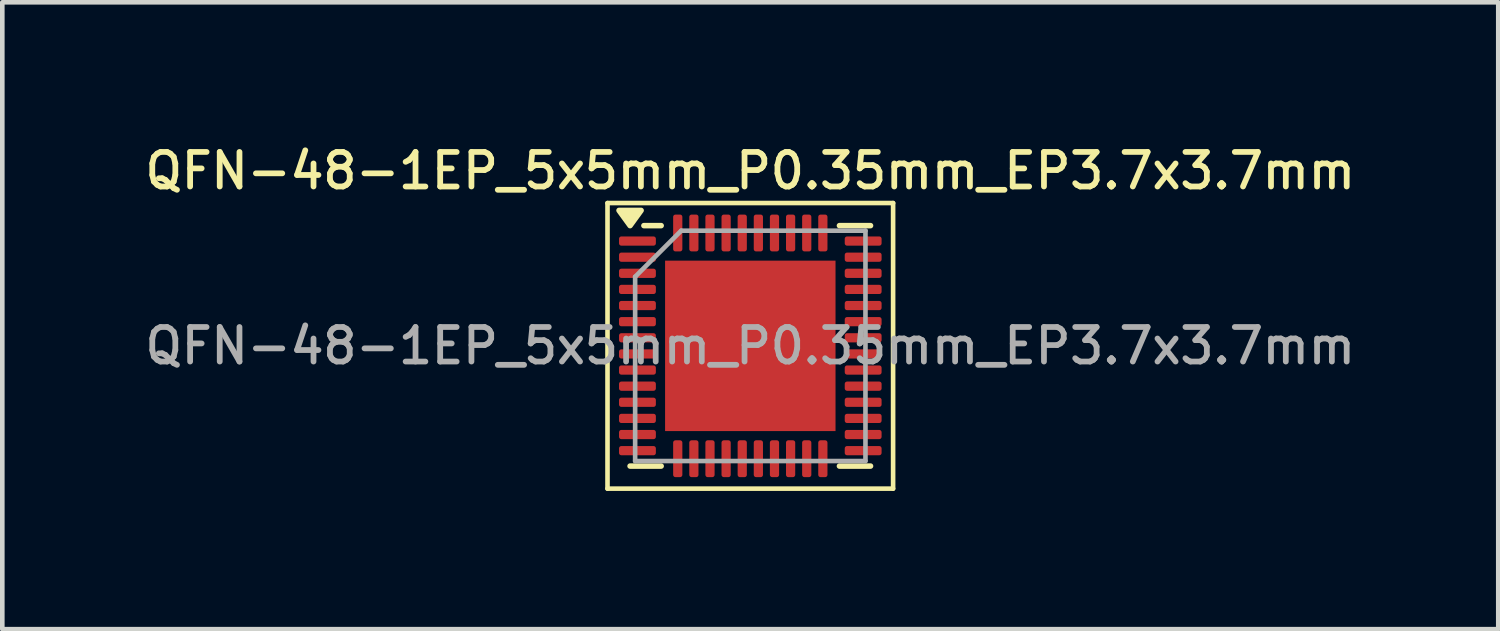
<source format=kicad_pcb>
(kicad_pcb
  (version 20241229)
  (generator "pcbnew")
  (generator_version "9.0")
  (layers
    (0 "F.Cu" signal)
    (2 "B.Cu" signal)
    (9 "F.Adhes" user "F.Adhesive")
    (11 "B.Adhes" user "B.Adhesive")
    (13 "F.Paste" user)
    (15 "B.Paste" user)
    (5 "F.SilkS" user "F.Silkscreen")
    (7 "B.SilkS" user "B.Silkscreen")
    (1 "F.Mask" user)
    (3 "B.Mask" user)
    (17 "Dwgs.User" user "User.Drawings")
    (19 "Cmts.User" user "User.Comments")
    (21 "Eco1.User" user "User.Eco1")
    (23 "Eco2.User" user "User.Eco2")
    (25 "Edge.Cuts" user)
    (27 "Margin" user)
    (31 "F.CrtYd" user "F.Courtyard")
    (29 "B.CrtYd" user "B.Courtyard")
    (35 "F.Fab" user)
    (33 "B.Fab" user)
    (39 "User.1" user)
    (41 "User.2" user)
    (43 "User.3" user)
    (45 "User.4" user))
  (footprint "QFN-48-1EP_5x5mm_P0.35mm_EP3.7x3.7mm"
    (layer "F.Cu")
    (at 13.238 4.458)
    (property "Reference" "QFN-48-1EP_5x5mm_P0.35mm_EP3.7x3.7mm" (at 0 -3.8 0) (layer "F.SilkS") (effects (font (size 0.75 0.75) (thickness 0.125))))
    (attr smd)
    (fp_line (start -3.1 -3.1) (end -3.1 3.1) (stroke (width 0.1) (type solid)) (layer "F.SilkS"))
    (fp_line (start -3.1 3.1) (end 3.1 3.1) (stroke (width 0.1) (type solid)) (layer "F.SilkS"))
    (fp_line (start -1.935 -2.61) (end -2.31 -2.61) (stroke (width 0.12) (type solid)) (layer "F.SilkS"))
    (fp_line (start -1.935 2.61) (end -2.61 2.61) (stroke (width 0.12) (type solid)) (layer "F.SilkS"))
    (fp_line (start 1.935 -2.61) (end 2.61 -2.61) (stroke (width 0.12) (type solid)) (layer "F.SilkS"))
    (fp_line (start 1.935 2.61) (end 2.61 2.61) (stroke (width 0.12) (type solid)) (layer "F.SilkS"))
    (fp_line (start 3.1 -3.1) (end -3.1 -3.1) (stroke (width 0.1) (type solid)) (layer "F.SilkS"))
    (fp_line (start 3.1 3.1) (end 3.1 -3.1) (stroke (width 0.1) (type solid)) (layer "F.SilkS"))
    (fp_poly (pts (xy -2.61 -2.61) (xy -2.85 -2.94) (xy -2.37 -2.94) (xy -2.61 -2.61)) (stroke (width 0.12) (type solid)) (fill yes) (layer "F.SilkS"))
    (fp_line (start -2.5 -1.5) (end -1.5 -2.5) (stroke (width 0.1) (type solid)) (layer "F.Fab"))
    (fp_line (start -2.5 2.5) (end -2.5 -1.5) (stroke (width 0.1) (type solid)) (layer "F.Fab"))
    (fp_line (start -1.5 -2.5) (end 2.5 -2.5) (stroke (width 0.1) (type solid)) (layer "F.Fab"))
    (fp_line (start 2.5 -2.5) (end 2.5 2.5) (stroke (width 0.1) (type solid)) (layer "F.Fab"))
    (fp_line (start 2.5 2.5) (end -2.5 2.5) (stroke (width 0.1) (type solid)) (layer "F.Fab"))
    (fp_text user "${REFERENCE}" (at 0 0 0) (layer "F.Fab") (effects (font (size 0.75 0.75) (thickness 0.125))))
    (pad "" smd roundrect (at -1.23 -1.23) (size 0.99 0.99) (layers "F.Paste") (roundrect_rratio 0.25))
    (pad "" smd roundrect (at -1.23 0) (size 0.99 0.99) (layers "F.Paste") (roundrect_rratio 0.25))
    (pad "" smd roundrect (at -1.23 1.23) (size 0.99 0.99) (layers "F.Paste") (roundrect_rratio 0.25))
    (pad "" smd roundrect (at 0 -1.23) (size 0.99 0.99) (layers "F.Paste") (roundrect_rratio 0.25))
    (pad "" smd roundrect (at 0 0) (size 0.99 0.99) (layers "F.Paste") (roundrect_rratio 0.25))
    (pad "" smd roundrect (at 0 1.23) (size 0.99 0.99) (layers "F.Paste") (roundrect_rratio 0.25))
    (pad "" smd roundrect (at 1.23 -1.23) (size 0.99 0.99) (layers "F.Paste") (roundrect_rratio 0.25))
    (pad "" smd roundrect (at 1.23 0) (size 0.99 0.99) (layers "F.Paste") (roundrect_rratio 0.25))
    (pad "" smd roundrect (at 1.23 1.23) (size 0.99 0.99) (layers "F.Paste") (roundrect_rratio 0.25))
    (pad "1" smd roundrect (at -2.45 -2.275) (size 0.8 0.2) (layers "F.Cu" "F.Mask" "F.Paste") (roundrect_rratio 0.25))
    (pad "2" smd roundrect (at -2.45 -1.925) (size 0.8 0.2) (layers "F.Cu" "F.Mask" "F.Paste") (roundrect_rratio 0.25))
    (pad "3" smd roundrect (at -2.45 -1.575) (size 0.8 0.2) (layers "F.Cu" "F.Mask" "F.Paste") (roundrect_rratio 0.25))
    (pad "4" smd roundrect (at -2.45 -1.225) (size 0.8 0.2) (layers "F.Cu" "F.Mask" "F.Paste") (roundrect_rratio 0.25))
    (pad "5" smd roundrect (at -2.45 -0.875) (size 0.8 0.2) (layers "F.Cu" "F.Mask" "F.Paste") (roundrect_rratio 0.25))
    (pad "6" smd roundrect (at -2.45 -0.525) (size 0.8 0.2) (layers "F.Cu" "F.Mask" "F.Paste") (roundrect_rratio 0.25))
    (pad "7" smd roundrect (at -2.45 -0.175) (size 0.8 0.2) (layers "F.Cu" "F.Mask" "F.Paste") (roundrect_rratio 0.25))
    (pad "8" smd roundrect (at -2.45 0.175) (size 0.8 0.2) (layers "F.Cu" "F.Mask" "F.Paste") (roundrect_rratio 0.25))
    (pad "9" smd roundrect (at -2.45 0.525) (size 0.8 0.2) (layers "F.Cu" "F.Mask" "F.Paste") (roundrect_rratio 0.25))
    (pad "10" smd roundrect (at -2.45 0.875) (size 0.8 0.2) (layers "F.Cu" "F.Mask" "F.Paste") (roundrect_rratio 0.25))
    (pad "11" smd roundrect (at -2.45 1.225) (size 0.8 0.2) (layers "F.Cu" "F.Mask" "F.Paste") (roundrect_rratio 0.25))
    (pad "12" smd roundrect (at -2.45 1.575) (size 0.8 0.2) (layers "F.Cu" "F.Mask" "F.Paste") (roundrect_rratio 0.25))
    (pad "13" smd roundrect (at -2.45 1.925) (size 0.8 0.2) (layers "F.Cu" "F.Mask" "F.Paste") (roundrect_rratio 0.25))
    (pad "14" smd roundrect (at -2.45 2.275) (size 0.8 0.2) (layers "F.Cu" "F.Mask" "F.Paste") (roundrect_rratio 0.25))
    (pad "15" smd roundrect (at -1.575 2.45) (size 0.2 0.8) (layers "F.Cu" "F.Mask" "F.Paste") (roundrect_rratio 0.25))
    (pad "16" smd roundrect (at -1.225 2.45) (size 0.2 0.8) (layers "F.Cu" "F.Mask" "F.Paste") (roundrect_rratio 0.25))
    (pad "17" smd roundrect (at -0.875 2.45) (size 0.2 0.8) (layers "F.Cu" "F.Mask" "F.Paste") (roundrect_rratio 0.25))
    (pad "18" smd roundrect (at -0.525 2.45) (size 0.2 0.8) (layers "F.Cu" "F.Mask" "F.Paste") (roundrect_rratio 0.25))
    (pad "19" smd roundrect (at -0.175 2.45) (size 0.2 0.8) (layers "F.Cu" "F.Mask" "F.Paste") (roundrect_rratio 0.25))
    (pad "20" smd roundrect (at 0.175 2.45) (size 0.2 0.8) (layers "F.Cu" "F.Mask" "F.Paste") (roundrect_rratio 0.25))
    (pad "21" smd roundrect (at 0.525 2.45) (size 0.2 0.8) (layers "F.Cu" "F.Mask" "F.Paste") (roundrect_rratio 0.25))
    (pad "22" smd roundrect (at 0.875 2.45) (size 0.2 0.8) (layers "F.Cu" "F.Mask" "F.Paste") (roundrect_rratio 0.25))
    (pad "23" smd roundrect (at 1.225 2.45) (size 0.2 0.8) (layers "F.Cu" "F.Mask" "F.Paste") (roundrect_rratio 0.25))
    (pad "24" smd roundrect (at 1.575 2.45) (size 0.2 0.8) (layers "F.Cu" "F.Mask" "F.Paste") (roundrect_rratio 0.25))
    (pad "25" smd roundrect (at 2.45 2.275) (size 0.8 0.2) (layers "F.Cu" "F.Mask" "F.Paste") (roundrect_rratio 0.25))
    (pad "26" smd roundrect (at 2.45 1.925) (size 0.8 0.2) (layers "F.Cu" "F.Mask" "F.Paste") (roundrect_rratio 0.25))
    (pad "27" smd roundrect (at 2.45 1.575) (size 0.8 0.2) (layers "F.Cu" "F.Mask" "F.Paste") (roundrect_rratio 0.25))
    (pad "28" smd roundrect (at 2.45 1.225) (size 0.8 0.2) (layers "F.Cu" "F.Mask" "F.Paste") (roundrect_rratio 0.25))
    (pad "29" smd roundrect (at 2.45 0.875) (size 0.8 0.2) (layers "F.Cu" "F.Mask" "F.Paste") (roundrect_rratio 0.25))
    (pad "30" smd roundrect (at 2.45 0.525) (size 0.8 0.2) (layers "F.Cu" "F.Mask" "F.Paste") (roundrect_rratio 0.25))
    (pad "31" smd roundrect (at 2.45 0.175) (size 0.8 0.2) (layers "F.Cu" "F.Mask" "F.Paste") (roundrect_rratio 0.25))
    (pad "32" smd roundrect (at 2.45 -0.175) (size 0.8 0.2) (layers "F.Cu" "F.Mask" "F.Paste") (roundrect_rratio 0.25))
    (pad "33" smd roundrect (at 2.45 -0.525) (size 0.8 0.2) (layers "F.Cu" "F.Mask" "F.Paste") (roundrect_rratio 0.25))
    (pad "34" smd roundrect (at 2.45 -0.875) (size 0.8 0.2) (layers "F.Cu" "F.Mask" "F.Paste") (roundrect_rratio 0.25))
    (pad "35" smd roundrect (at 2.45 -1.225) (size 0.8 0.2) (layers "F.Cu" "F.Mask" "F.Paste") (roundrect_rratio 0.25))
    (pad "36" smd roundrect (at 2.45 -1.575) (size 0.8 0.2) (layers "F.Cu" "F.Mask" "F.Paste") (roundrect_rratio 0.25))
    (pad "37" smd roundrect (at 2.45 -1.925) (size 0.8 0.2) (layers "F.Cu" "F.Mask" "F.Paste") (roundrect_rratio 0.25))
    (pad "38" smd roundrect (at 2.45 -2.275) (size 0.8 0.2) (layers "F.Cu" "F.Mask" "F.Paste") (roundrect_rratio 0.25))
    (pad "39" smd roundrect (at 1.575 -2.45) (size 0.2 0.8) (layers "F.Cu" "F.Mask" "F.Paste") (roundrect_rratio 0.25))
    (pad "40" smd roundrect (at 1.225 -2.45) (size 0.2 0.8) (layers "F.Cu" "F.Mask" "F.Paste") (roundrect_rratio 0.25))
    (pad "41" smd roundrect (at 0.875 -2.45) (size 0.2 0.8) (layers "F.Cu" "F.Mask" "F.Paste") (roundrect_rratio 0.25))
    (pad "42" smd roundrect (at 0.525 -2.45) (size 0.2 0.8) (layers "F.Cu" "F.Mask" "F.Paste") (roundrect_rratio 0.25))
    (pad "43" smd roundrect (at 0.175 -2.45) (size 0.2 0.8) (layers "F.Cu" "F.Mask" "F.Paste") (roundrect_rratio 0.25))
    (pad "44" smd roundrect (at -0.175 -2.45) (size 0.2 0.8) (layers "F.Cu" "F.Mask" "F.Paste") (roundrect_rratio 0.25))
    (pad "45" smd roundrect (at -0.525 -2.45) (size 0.2 0.8) (layers "F.Cu" "F.Mask" "F.Paste") (roundrect_rratio 0.25))
    (pad "46" smd roundrect (at -0.875 -2.45) (size 0.2 0.8) (layers "F.Cu" "F.Mask" "F.Paste") (roundrect_rratio 0.25))
    (pad "47" smd roundrect (at -1.225 -2.45) (size 0.2 0.8) (layers "F.Cu" "F.Mask" "F.Paste") (roundrect_rratio 0.25))
    (pad "48" smd roundrect (at -1.575 -2.45) (size 0.2 0.8) (layers "F.Cu" "F.Mask" "F.Paste") (roundrect_rratio 0.25))
    (pad "49" smd rect (at 0 0) (size 3.7 3.7) (property pad_prop_heatsink) (layers "F.Cu" "F.Mask")))
  (gr_rect
    (start -3 -3)
    (end 29.475 10.608)
    (stroke (width 0.1) (type default))
    (fill no)
    (layer "Edge.Cuts")))
</source>
